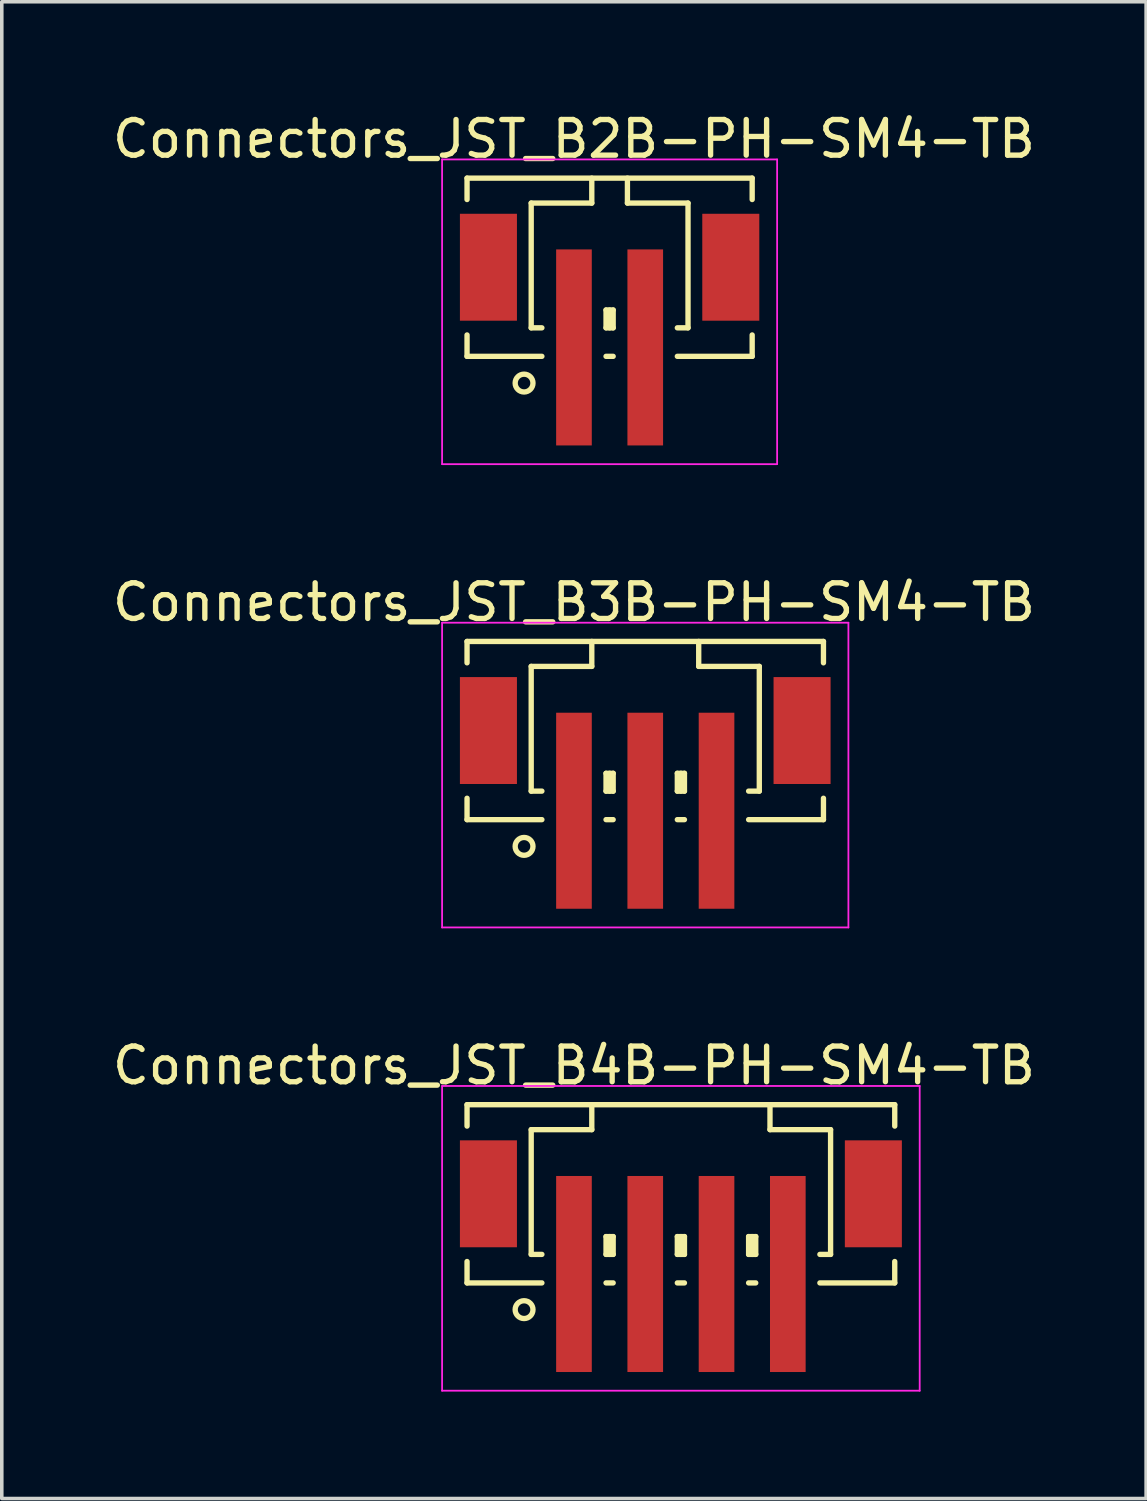
<source format=kicad_pcb>
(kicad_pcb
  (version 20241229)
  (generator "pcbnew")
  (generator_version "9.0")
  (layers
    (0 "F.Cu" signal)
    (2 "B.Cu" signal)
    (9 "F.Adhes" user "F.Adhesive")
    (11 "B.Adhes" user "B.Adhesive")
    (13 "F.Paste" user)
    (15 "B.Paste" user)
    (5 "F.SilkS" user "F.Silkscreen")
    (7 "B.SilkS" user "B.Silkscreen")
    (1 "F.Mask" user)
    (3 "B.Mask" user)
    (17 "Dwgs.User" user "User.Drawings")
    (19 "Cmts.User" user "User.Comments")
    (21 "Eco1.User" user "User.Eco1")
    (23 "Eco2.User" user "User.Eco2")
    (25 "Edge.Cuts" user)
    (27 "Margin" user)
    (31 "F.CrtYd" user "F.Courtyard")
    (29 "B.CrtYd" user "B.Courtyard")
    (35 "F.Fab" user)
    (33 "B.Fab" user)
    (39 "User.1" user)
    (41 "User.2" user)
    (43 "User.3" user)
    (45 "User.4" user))
  (footprint "Connectors_JST_B4B-PH-SM4-TB"
    (layer "F.Cu")
    (at 16.054 31.57)
    (property "Reference" "Connectors_JST_B4B-PH-SM4-TB" (at -3 -4.725 0) (layer "F.SilkS") (effects (font (size 1 1) (thickness 0.15))))
    (attr smd)
    (fp_line (start -6 -3.625) (end 6 -3.625) (stroke (width 0.15) (type solid)) (layer "F.SilkS"))
    (fp_line (start -6 -3.025) (end -6 -3.625) (stroke (width 0.15) (type solid)) (layer "F.SilkS"))
    (fp_line (start -6 0.775) (end -6 1.375) (stroke (width 0.15) (type solid)) (layer "F.SilkS"))
    (fp_line (start -6 1.375) (end -3.9 1.375) (stroke (width 0.15) (type solid)) (layer "F.SilkS"))
    (fp_line (start -4.2 -2.925) (end -4.2 0.575) (stroke (width 0.15) (type solid)) (layer "F.SilkS"))
    (fp_line (start -4.2 0.575) (end -3.9 0.575) (stroke (width 0.15) (type solid)) (layer "F.SilkS"))
    (fp_line (start -2.5 -3.625) (end -2.5 -2.925) (stroke (width 0.15) (type solid)) (layer "F.SilkS"))
    (fp_line (start -2.5 -2.925) (end -4.2 -2.925) (stroke (width 0.15) (type solid)) (layer "F.SilkS"))
    (fp_line (start -2.1 0.075) (end -1.9 0.075) (stroke (width 0.15) (type solid)) (layer "F.SilkS"))
    (fp_line (start -2.1 0.575) (end -2.1 0.075) (stroke (width 0.15) (type solid)) (layer "F.SilkS"))
    (fp_line (start -2.1 0.575) (end -1.9 0.575) (stroke (width 0.15) (type solid)) (layer "F.SilkS"))
    (fp_line (start -2.1 1.375) (end -1.9 1.375) (stroke (width 0.15) (type solid)) (layer "F.SilkS"))
    (fp_line (start -2 0.575) (end -2 0.075) (stroke (width 0.15) (type solid)) (layer "F.SilkS"))
    (fp_line (start -1.9 0.075) (end -1.9 0.575) (stroke (width 0.15) (type solid)) (layer "F.SilkS"))
    (fp_line (start -0.1 0.075) (end 0.1 0.075) (stroke (width 0.15) (type solid)) (layer "F.SilkS"))
    (fp_line (start -0.1 0.575) (end -0.1 0.075) (stroke (width 0.15) (type solid)) (layer "F.SilkS"))
    (fp_line (start -0.1 0.575) (end 0.1 0.575) (stroke (width 0.15) (type solid)) (layer "F.SilkS"))
    (fp_line (start -0.1 1.375) (end 0.1 1.375) (stroke (width 0.15) (type solid)) (layer "F.SilkS"))
    (fp_line (start 0 0.575) (end 0 0.075) (stroke (width 0.15) (type solid)) (layer "F.SilkS"))
    (fp_line (start 0.1 0.075) (end 0.1 0.575) (stroke (width 0.15) (type solid)) (layer "F.SilkS"))
    (fp_line (start 1.9 0.075) (end 2.1 0.075) (stroke (width 0.15) (type solid)) (layer "F.SilkS"))
    (fp_line (start 1.9 0.575) (end 1.9 0.075) (stroke (width 0.15) (type solid)) (layer "F.SilkS"))
    (fp_line (start 1.9 0.575) (end 2.1 0.575) (stroke (width 0.15) (type solid)) (layer "F.SilkS"))
    (fp_line (start 1.9 1.375) (end 2.1 1.375) (stroke (width 0.15) (type solid)) (layer "F.SilkS"))
    (fp_line (start 2 0.575) (end 2 0.075) (stroke (width 0.15) (type solid)) (layer "F.SilkS"))
    (fp_line (start 2.1 0.075) (end 2.1 0.575) (stroke (width 0.15) (type solid)) (layer "F.SilkS"))
    (fp_line (start 2.5 -3.625) (end 2.5 -2.925) (stroke (width 0.15) (type solid)) (layer "F.SilkS"))
    (fp_line (start 2.5 -2.925) (end 4.2 -2.925) (stroke (width 0.15) (type solid)) (layer "F.SilkS"))
    (fp_line (start 4.2 -2.925) (end 4.2 0.575) (stroke (width 0.15) (type solid)) (layer "F.SilkS"))
    (fp_line (start 4.2 0.575) (end 3.9 0.575) (stroke (width 0.15) (type solid)) (layer "F.SilkS"))
    (fp_line (start 6 -3.625) (end 6 -3.025) (stroke (width 0.15) (type solid)) (layer "F.SilkS"))
    (fp_line (start 6 0.775) (end 6 1.375) (stroke (width 0.15) (type solid)) (layer "F.SilkS"))
    (fp_line (start 6 1.375) (end 3.9 1.375) (stroke (width 0.15) (type solid)) (layer "F.SilkS"))
    (fp_circle (center -4.4 2.125) (end -4.15 2.125) (stroke (width 0.15) (type solid)) (fill no) (layer "F.SilkS"))
    (fp_line (start -6.7 -4.15) (end 6.7 -4.15) (stroke (width 0.05) (type solid)) (layer "F.CrtYd"))
    (fp_line (start -6.7 4.4) (end -6.7 -4.15) (stroke (width 0.05) (type solid)) (layer "F.CrtYd"))
    (fp_line (start 6.7 -4.15) (end 6.7 4.4) (stroke (width 0.05) (type solid)) (layer "F.CrtYd"))
    (fp_line (start 6.7 4.4) (end -6.7 4.4) (stroke (width 0.05) (type solid)) (layer "F.CrtYd"))
    (pad "" smd rect (at -5.4 -1.125) (size 1.6 3) (layers "F.Cu" "F.Mask" "F.Paste"))
    (pad "" smd rect (at 5.4 -1.125) (size 1.6 3) (layers "F.Cu" "F.Mask" "F.Paste"))
    (pad "1" smd rect (at -3 1.125) (size 1 5.5) (layers "F.Cu" "F.Mask" "F.Paste"))
    (pad "2" smd rect (at -1 1.125) (size 1 5.5) (layers "F.Cu" "F.Mask" "F.Paste"))
    (pad "3" smd rect (at 1 1.125) (size 1 5.5) (layers "F.Cu" "F.Mask" "F.Paste"))
    (pad "4" smd rect (at 3 1.125) (size 1 5.5) (layers "F.Cu" "F.Mask" "F.Paste")))
  (footprint "Connectors_JST_B2B-PH-SM4-TB"
    (layer "F.Cu")
    (at 14.054 5.573)
    (property "Reference" "Connectors_JST_B2B-PH-SM4-TB" (at -1 -4.725 0) (layer "F.SilkS") (effects (font (size 1 1) (thickness 0.15))))
    (attr smd)
    (fp_line (start -4 -3.625) (end 4 -3.625) (stroke (width 0.15) (type solid)) (layer "F.SilkS"))
    (fp_line (start -4 -3.025) (end -4 -3.625) (stroke (width 0.15) (type solid)) (layer "F.SilkS"))
    (fp_line (start -4 0.775) (end -4 1.375) (stroke (width 0.15) (type solid)) (layer "F.SilkS"))
    (fp_line (start -4 1.375) (end -1.9 1.375) (stroke (width 0.15) (type solid)) (layer "F.SilkS"))
    (fp_line (start -2.2 -2.925) (end -2.2 0.575) (stroke (width 0.15) (type solid)) (layer "F.SilkS"))
    (fp_line (start -2.2 0.575) (end -1.9 0.575) (stroke (width 0.15) (type solid)) (layer "F.SilkS"))
    (fp_line (start -0.5 -3.625) (end -0.5 -2.925) (stroke (width 0.15) (type solid)) (layer "F.SilkS"))
    (fp_line (start -0.5 -2.925) (end -2.2 -2.925) (stroke (width 0.15) (type solid)) (layer "F.SilkS"))
    (fp_line (start -0.1 0.075) (end 0.1 0.075) (stroke (width 0.15) (type solid)) (layer "F.SilkS"))
    (fp_line (start -0.1 0.575) (end -0.1 0.075) (stroke (width 0.15) (type solid)) (layer "F.SilkS"))
    (fp_line (start -0.1 0.575) (end 0.1 0.575) (stroke (width 0.15) (type solid)) (layer "F.SilkS"))
    (fp_line (start -0.1 1.375) (end 0.1 1.375) (stroke (width 0.15) (type solid)) (layer "F.SilkS"))
    (fp_line (start 0 0.575) (end 0 0.075) (stroke (width 0.15) (type solid)) (layer "F.SilkS"))
    (fp_line (start 0.1 0.075) (end 0.1 0.575) (stroke (width 0.15) (type solid)) (layer "F.SilkS"))
    (fp_line (start 0.5 -3.625) (end 0.5 -2.925) (stroke (width 0.15) (type solid)) (layer "F.SilkS"))
    (fp_line (start 0.5 -2.925) (end 2.2 -2.925) (stroke (width 0.15) (type solid)) (layer "F.SilkS"))
    (fp_line (start 2.2 -2.925) (end 2.2 0.575) (stroke (width 0.15) (type solid)) (layer "F.SilkS"))
    (fp_line (start 2.2 0.575) (end 1.9 0.575) (stroke (width 0.15) (type solid)) (layer "F.SilkS"))
    (fp_line (start 4 -3.625) (end 4 -3.025) (stroke (width 0.15) (type solid)) (layer "F.SilkS"))
    (fp_line (start 4 0.775) (end 4 1.375) (stroke (width 0.15) (type solid)) (layer "F.SilkS"))
    (fp_line (start 4 1.375) (end 1.9 1.375) (stroke (width 0.15) (type solid)) (layer "F.SilkS"))
    (fp_circle (center -2.4 2.125) (end -2.15 2.125) (stroke (width 0.15) (type solid)) (fill no) (layer "F.SilkS"))
    (fp_line (start -4.7 -4.15) (end 4.7 -4.15) (stroke (width 0.05) (type solid)) (layer "F.CrtYd"))
    (fp_line (start -4.7 4.4) (end -4.7 -4.15) (stroke (width 0.05) (type solid)) (layer "F.CrtYd"))
    (fp_line (start 4.7 -4.15) (end 4.7 4.4) (stroke (width 0.05) (type solid)) (layer "F.CrtYd"))
    (fp_line (start 4.7 4.4) (end -4.7 4.4) (stroke (width 0.05) (type solid)) (layer "F.CrtYd"))
    (pad "" smd rect (at -3.4 -1.125) (size 1.6 3) (layers "F.Cu" "F.Mask" "F.Paste"))
    (pad "" smd rect (at 3.4 -1.125) (size 1.6 3) (layers "F.Cu" "F.Mask" "F.Paste"))
    (pad "1" smd rect (at -1 1.125) (size 1 5.5) (layers "F.Cu" "F.Mask" "F.Paste"))
    (pad "2" smd rect (at 1 1.125) (size 1 5.5) (layers "F.Cu" "F.Mask" "F.Paste")))
  (footprint "Connectors_JST_B3B-PH-SM4-TB"
    (layer "F.Cu")
    (at 15.054 18.572)
    (property "Reference" "Connectors_JST_B3B-PH-SM4-TB" (at -2 -4.725 0) (layer "F.SilkS") (effects (font (size 1 1) (thickness 0.15))))
    (attr smd)
    (fp_line (start -5 -3.625) (end 5 -3.625) (stroke (width 0.15) (type solid)) (layer "F.SilkS"))
    (fp_line (start -5 -3.025) (end -5 -3.625) (stroke (width 0.15) (type solid)) (layer "F.SilkS"))
    (fp_line (start -5 0.775) (end -5 1.375) (stroke (width 0.15) (type solid)) (layer "F.SilkS"))
    (fp_line (start -5 1.375) (end -2.9 1.375) (stroke (width 0.15) (type solid)) (layer "F.SilkS"))
    (fp_line (start -3.2 -2.925) (end -3.2 0.575) (stroke (width 0.15) (type solid)) (layer "F.SilkS"))
    (fp_line (start -3.2 0.575) (end -2.9 0.575) (stroke (width 0.15) (type solid)) (layer "F.SilkS"))
    (fp_line (start -1.5 -3.625) (end -1.5 -2.925) (stroke (width 0.15) (type solid)) (layer "F.SilkS"))
    (fp_line (start -1.5 -2.925) (end -3.2 -2.925) (stroke (width 0.15) (type solid)) (layer "F.SilkS"))
    (fp_line (start -1.1 0.075) (end -0.9 0.075) (stroke (width 0.15) (type solid)) (layer "F.SilkS"))
    (fp_line (start -1.1 0.575) (end -1.1 0.075) (stroke (width 0.15) (type solid)) (layer "F.SilkS"))
    (fp_line (start -1.1 0.575) (end -0.9 0.575) (stroke (width 0.15) (type solid)) (layer "F.SilkS"))
    (fp_line (start -1.1 1.375) (end -0.9 1.375) (stroke (width 0.15) (type solid)) (layer "F.SilkS"))
    (fp_line (start -1 0.575) (end -1 0.075) (stroke (width 0.15) (type solid)) (layer "F.SilkS"))
    (fp_line (start -0.9 0.075) (end -0.9 0.575) (stroke (width 0.15) (type solid)) (layer "F.SilkS"))
    (fp_line (start 0.9 0.075) (end 1.1 0.075) (stroke (width 0.15) (type solid)) (layer "F.SilkS"))
    (fp_line (start 0.9 0.575) (end 0.9 0.075) (stroke (width 0.15) (type solid)) (layer "F.SilkS"))
    (fp_line (start 0.9 0.575) (end 1.1 0.575) (stroke (width 0.15) (type solid)) (layer "F.SilkS"))
    (fp_line (start 0.9 1.375) (end 1.1 1.375) (stroke (width 0.15) (type solid)) (layer "F.SilkS"))
    (fp_line (start 1 0.575) (end 1 0.075) (stroke (width 0.15) (type solid)) (layer "F.SilkS"))
    (fp_line (start 1.1 0.075) (end 1.1 0.575) (stroke (width 0.15) (type solid)) (layer "F.SilkS"))
    (fp_line (start 1.5 -3.625) (end 1.5 -2.925) (stroke (width 0.15) (type solid)) (layer "F.SilkS"))
    (fp_line (start 1.5 -2.925) (end 3.2 -2.925) (stroke (width 0.15) (type solid)) (layer "F.SilkS"))
    (fp_line (start 3.2 -2.925) (end 3.2 0.575) (stroke (width 0.15) (type solid)) (layer "F.SilkS"))
    (fp_line (start 3.2 0.575) (end 2.9 0.575) (stroke (width 0.15) (type solid)) (layer "F.SilkS"))
    (fp_line (start 5 -3.625) (end 5 -3.025) (stroke (width 0.15) (type solid)) (layer "F.SilkS"))
    (fp_line (start 5 0.775) (end 5 1.375) (stroke (width 0.15) (type solid)) (layer "F.SilkS"))
    (fp_line (start 5 1.375) (end 2.9 1.375) (stroke (width 0.15) (type solid)) (layer "F.SilkS"))
    (fp_circle (center -3.4 2.125) (end -3.15 2.125) (stroke (width 0.15) (type solid)) (fill no) (layer "F.SilkS"))
    (fp_line (start -5.7 -4.15) (end 5.7 -4.15) (stroke (width 0.05) (type solid)) (layer "F.CrtYd"))
    (fp_line (start -5.7 4.4) (end -5.7 -4.15) (stroke (width 0.05) (type solid)) (layer "F.CrtYd"))
    (fp_line (start 5.7 -4.15) (end 5.7 4.4) (stroke (width 0.05) (type solid)) (layer "F.CrtYd"))
    (fp_line (start 5.7 4.4) (end -5.7 4.4) (stroke (width 0.05) (type solid)) (layer "F.CrtYd"))
    (pad "" smd rect (at -4.4 -1.125) (size 1.6 3) (layers "F.Cu" "F.Mask" "F.Paste"))
    (pad "" smd rect (at 4.4 -1.125) (size 1.6 3) (layers "F.Cu" "F.Mask" "F.Paste"))
    (pad "1" smd rect (at -2 1.125) (size 1 5.5) (layers "F.Cu" "F.Mask" "F.Paste"))
    (pad "2" smd rect (at 0 1.125) (size 1 5.5) (layers "F.Cu" "F.Mask" "F.Paste"))
    (pad "3" smd rect (at 2 1.125) (size 1 5.5) (layers "F.Cu" "F.Mask" "F.Paste")))
  (gr_rect
    (start -3 -3)
    (end 29.107 38.995)
    (stroke (width 0.1) (type default))
    (fill no)
    (layer "Edge.Cuts")))
</source>
